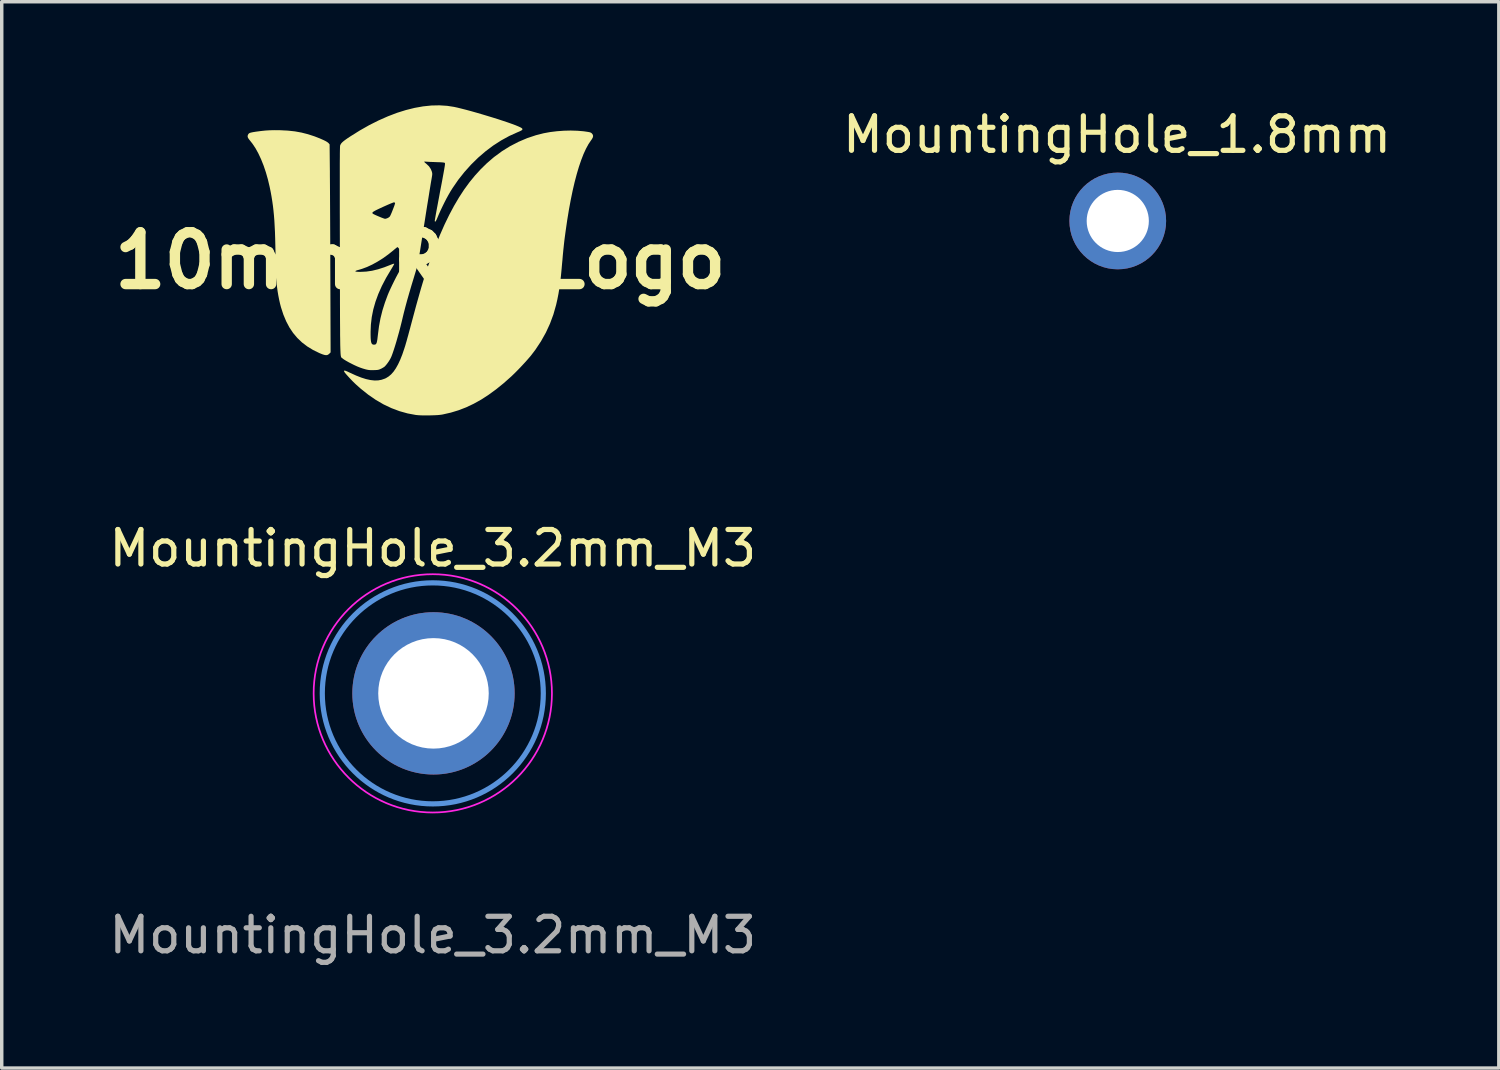
<source format=kicad_pcb>
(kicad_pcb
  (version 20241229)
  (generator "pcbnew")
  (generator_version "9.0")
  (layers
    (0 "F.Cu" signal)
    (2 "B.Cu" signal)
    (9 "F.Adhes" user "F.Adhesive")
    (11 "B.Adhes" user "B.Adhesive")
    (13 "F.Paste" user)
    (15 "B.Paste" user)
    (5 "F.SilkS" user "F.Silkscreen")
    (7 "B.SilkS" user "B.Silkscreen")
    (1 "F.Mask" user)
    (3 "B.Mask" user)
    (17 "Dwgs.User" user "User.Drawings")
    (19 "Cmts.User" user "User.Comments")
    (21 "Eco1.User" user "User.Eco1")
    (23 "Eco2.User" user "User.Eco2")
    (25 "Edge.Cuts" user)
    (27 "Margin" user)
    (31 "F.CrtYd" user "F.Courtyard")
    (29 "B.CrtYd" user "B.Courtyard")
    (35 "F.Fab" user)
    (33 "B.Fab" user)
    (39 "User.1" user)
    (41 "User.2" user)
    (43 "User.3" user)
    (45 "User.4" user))
  (footprint "MountingHole_1.8mm"
    (layer "F.Cu")
    (at 29.296 3.348)
    (property "Reference" "MountingHole_1.8mm" (at 0 -2.5 0) (layer "F.SilkS") (effects (font (size 1 1) (thickness 0.15))))
    (attr exclude_from_pos_files exclude_from_bom)
    (pad "" np_thru_hole circle (at 0.02 0) (size 2.8 2.8) (drill 1.8) (layers "*.Cu" "*.Mask")))
  (footprint "10mm RM Logo"
    (layer "F.Cu")
    (at 9.121 4.497)
    (property "Reference" "10mm RM Logo" (at 0 0 0) (layer "F.SilkS") (effects (font (size 1.5 1.5) (thickness 0.3))))
    (attr board_only exclude_from_pos_files exclude_from_bom)
    (fp_poly (pts (xy -4.067 -3.776) (xy -4.054 -3.776) (xy -3.836 -3.765) (xy -3.633 -3.743) (xy -3.44 -3.708) (xy -3.252 -3.66) (xy -3.065 -3.599) (xy -2.967 -3.561) (xy -2.873 -3.522) (xy -2.798 -3.489) (xy -2.74 -3.46) (xy -2.698 -3.435) (xy -2.668 -3.412) (xy -2.655 -3.4) (xy -2.627 -3.366) (xy -2.62 -2.662) (xy -2.619 -2.578) (xy -2.619 -2.474) (xy -2.618 -2.351) (xy -2.617 -2.209) (xy -2.616 -2.052) (xy -2.615 -1.879) (xy -2.614 -1.693) (xy -2.613 -1.495) (xy -2.612 -1.287) (xy -2.611 -1.071) (xy -2.61 -0.847) (xy -2.609 -0.617) (xy -2.608 -0.383) (xy -2.607 -0.146) (xy -2.607 0.091) (xy -2.606 0.329) (xy -2.606 0.35) (xy -2.598 2.657) (xy -2.638 2.697) (xy -2.667 2.72) (xy -2.697 2.734) (xy -2.733 2.737) (xy -2.778 2.73) (xy -2.835 2.712) (xy -2.908 2.683) (xy -2.924 2.676) (xy -3.108 2.586) (xy -3.275 2.484) (xy -3.427 2.368) (xy -3.562 2.239) (xy -3.684 2.094) (xy -3.791 1.934) (xy -3.885 1.756) (xy -3.966 1.562) (xy -4.035 1.349) (xy -4.061 1.251) (xy -4.087 1.137) (xy -4.112 1.01) (xy -4.134 0.878) (xy -4.151 0.749) (xy -4.16 0.673) (xy -4.165 0.618) (xy -4.171 0.568) (xy -4.175 0.529) (xy -4.178 0.51) (xy -4.179 0.493) (xy -4.18 0.456) (xy -4.182 0.4) (xy -4.184 0.328) (xy -4.186 0.242) (xy -4.188 0.144) (xy -4.19 0.035) (xy -4.192 -0.081) (xy -4.193 -0.202) (xy -4.198 -0.43) (xy -4.203 -0.638) (xy -4.209 -0.828) (xy -4.218 -1.002) (xy -4.227 -1.164) (xy -4.239 -1.315) (xy -4.253 -1.457) (xy -4.269 -1.594) (xy -4.288 -1.727) (xy -4.309 -1.858) (xy -4.333 -1.991) (xy -4.361 -2.127) (xy -4.362 -2.133) (xy -4.413 -2.349) (xy -4.472 -2.556) (xy -4.538 -2.752) (xy -4.611 -2.935) (xy -4.689 -3.102) (xy -4.772 -3.253) (xy -4.86 -3.385) (xy -4.923 -3.465) (xy -4.963 -3.515) (xy -4.989 -3.554) (xy -5 -3.587) (xy -5 -3.617) (xy -4.988 -3.649) (xy -4.985 -3.655) (xy -4.973 -3.673) (xy -4.956 -3.688) (xy -4.931 -3.7) (xy -4.894 -3.71) (xy -4.842 -3.721) (xy -4.772 -3.732) (xy -4.76 -3.734) (xy -4.618 -3.753) (xy -4.486 -3.767) (xy -4.355 -3.775) (xy -4.218 -3.778)) (stroke (width 0) (type solid)) (fill yes) (layer "F.SilkS"))
    (fp_poly (pts (xy 4.55 -3.761) (xy 4.734 -3.745) (xy 4.85 -3.728) (xy 4.898 -3.719) (xy 4.93 -3.709) (xy 4.953 -3.696) (xy 4.971 -3.679) (xy 4.995 -3.644) (xy 5.003 -3.609) (xy 4.995 -3.569) (xy 4.97 -3.521) (xy 4.94 -3.479) (xy 4.867 -3.37) (xy 4.796 -3.239) (xy 4.726 -3.087) (xy 4.659 -2.914) (xy 4.593 -2.721) (xy 4.53 -2.509) (xy 4.469 -2.278) (xy 4.411 -2.029) (xy 4.356 -1.762) (xy 4.303 -1.477) (xy 4.254 -1.177) (xy 4.208 -0.861) (xy 4.178 -0.639) (xy 4.17 -0.575) (xy 4.163 -0.512) (xy 4.156 -0.449) (xy 4.149 -0.382) (xy 4.141 -0.309) (xy 4.133 -0.227) (xy 4.124 -0.133) (xy 4.115 -0.024) (xy 4.103 0.102) (xy 4.093 0.219) (xy 4.073 0.428) (xy 4.051 0.618) (xy 4.027 0.794) (xy 4 0.959) (xy 3.969 1.117) (xy 3.934 1.272) (xy 3.931 1.284) (xy 3.853 1.559) (xy 3.754 1.826) (xy 3.634 2.086) (xy 3.493 2.337) (xy 3.332 2.58) (xy 3.205 2.747) (xy 3.148 2.814) (xy 3.079 2.893) (xy 3.001 2.979) (xy 2.918 3.068) (xy 2.834 3.156) (xy 2.752 3.239) (xy 2.676 3.313) (xy 2.642 3.346) (xy 2.417 3.546) (xy 2.196 3.725) (xy 1.978 3.884) (xy 1.762 4.024) (xy 1.546 4.144) (xy 1.329 4.247) (xy 1.109 4.332) (xy 0.886 4.4) (xy 0.658 4.452) (xy 0.622 4.459) (xy 0.566 4.466) (xy 0.492 4.473) (xy 0.405 4.477) (xy 0.31 4.48) (xy 0.212 4.482) (xy 0.115 4.482) (xy 0.025 4.48) (xy -0.055 4.476) (xy -0.118 4.47) (xy -0.129 4.469) (xy -0.369 4.424) (xy -0.605 4.358) (xy -0.836 4.271) (xy -1.064 4.163) (xy -1.288 4.033) (xy -1.509 3.881) (xy -1.727 3.707) (xy -1.85 3.598) (xy -1.9 3.551) (xy -1.953 3.499) (xy -2.007 3.443) (xy -2.06 3.387) (xy -2.108 3.334) (xy -2.15 3.287) (xy -2.181 3.249) (xy -2.2 3.223) (xy -2.203 3.218) (xy -2.209 3.197) (xy -2.205 3.186) (xy -2.188 3.184) (xy -2.157 3.193) (xy -2.11 3.212) (xy -2.046 3.242) (xy -2.029 3.25) (xy -1.863 3.326) (xy -1.713 3.385) (xy -1.575 3.429) (xy -1.448 3.457) (xy -1.332 3.47) (xy -1.224 3.468) (xy -1.124 3.45) (xy -1.031 3.418) (xy -0.997 3.403) (xy -0.919 3.355) (xy -0.845 3.293) (xy -0.775 3.214) (xy -0.709 3.118) (xy -0.645 3.004) (xy -0.583 2.871) (xy -0.522 2.718) (xy -0.463 2.544) (xy -0.433 2.45) (xy -0.418 2.397) (xy -0.397 2.326) (xy -0.374 2.241) (xy -0.348 2.149) (xy -0.322 2.051) (xy -0.295 1.954) (xy -0.286 1.918) (xy -0.226 1.693) (xy -0.171 1.489) (xy -0.121 1.303) (xy -0.073 1.132) (xy -0.029 0.976) (xy 0.012 0.831) (xy 0.052 0.696) (xy 0.09 0.57) (xy 0.128 0.45) (xy 0.166 0.333) (xy 0.204 0.219) (xy 0.243 0.106) (xy 0.284 -0.01) (xy 0.31 -0.084) (xy 0.439 -0.425) (xy 0.569 -0.745) (xy 0.701 -1.045) (xy 0.837 -1.325) (xy 0.976 -1.586) (xy 1.12 -1.83) (xy 1.268 -2.057) (xy 1.422 -2.268) (xy 1.582 -2.464) (xy 1.749 -2.647) (xy 1.923 -2.817) (xy 2.105 -2.975) (xy 2.146 -3.008) (xy 2.365 -3.169) (xy 2.597 -3.313) (xy 2.84 -3.439) (xy 3.091 -3.546) (xy 3.348 -3.632) (xy 3.572 -3.689) (xy 3.758 -3.723) (xy 3.954 -3.747) (xy 4.155 -3.762) (xy 4.355 -3.767)) (stroke (width 0) (type solid)) (fill yes) (layer "F.SilkS"))
    (fp_poly (pts (xy 0.775 -4.483) (xy 0.976 -4.452) (xy 1.076 -4.43) (xy 1.194 -4.401) (xy 1.327 -4.367) (xy 1.471 -4.328) (xy 1.623 -4.285) (xy 1.781 -4.239) (xy 1.94 -4.191) (xy 2.098 -4.143) (xy 2.252 -4.095) (xy 2.397 -4.047) (xy 2.532 -4.002) (xy 2.653 -3.959) (xy 2.756 -3.921) (xy 2.768 -3.916) (xy 2.842 -3.885) (xy 2.897 -3.86) (xy 2.933 -3.839) (xy 2.953 -3.82) (xy 2.957 -3.803) (xy 2.948 -3.786) (xy 2.943 -3.78) (xy 2.923 -3.768) (xy 2.889 -3.75) (xy 2.844 -3.73) (xy 2.815 -3.718) (xy 2.576 -3.61) (xy 2.341 -3.481) (xy 2.111 -3.333) (xy 1.889 -3.166) (xy 1.675 -2.982) (xy 1.471 -2.782) (xy 1.278 -2.567) (xy 1.098 -2.34) (xy 0.933 -2.1) (xy 0.867 -1.995) (xy 0.815 -1.904) (xy 0.757 -1.799) (xy 0.698 -1.684) (xy 0.64 -1.566) (xy 0.585 -1.451) (xy 0.537 -1.343) (xy 0.505 -1.267) (xy 0.477 -1.2) (xy 0.454 -1.155) (xy 0.437 -1.131) (xy 0.425 -1.129) (xy 0.418 -1.147) (xy 0.418 -1.149) (xy 0.419 -1.164) (xy 0.425 -1.199) (xy 0.434 -1.252) (xy 0.446 -1.322) (xy 0.461 -1.406) (xy 0.479 -1.504) (xy 0.5 -1.614) (xy 0.522 -1.733) (xy 0.546 -1.859) (xy 0.57 -1.991) (xy 0.6 -2.146) (xy 0.626 -2.282) (xy 0.647 -2.398) (xy 0.665 -2.496) (xy 0.68 -2.579) (xy 0.692 -2.646) (xy 0.701 -2.701) (xy 0.708 -2.743) (xy 0.712 -2.775) (xy 0.714 -2.798) (xy 0.714 -2.814) (xy 0.712 -2.823) (xy 0.71 -2.827) (xy 0.702 -2.834) (xy 0.686 -2.838) (xy 0.662 -2.842) (xy 0.624 -2.846) (xy 0.572 -2.849) (xy 0.502 -2.851) (xy 0.451 -2.853) (xy 0.376 -2.856) (xy 0.306 -2.858) (xy 0.245 -2.861) (xy 0.196 -2.864) (xy 0.165 -2.866) (xy 0.16 -2.867) (xy 0.13 -2.869) (xy 0.114 -2.865) (xy 0.112 -2.863) (xy 0.12 -2.851) (xy 0.142 -2.83) (xy 0.173 -2.805) (xy 0.177 -2.801) (xy 0.25 -2.732) (xy 0.303 -2.653) (xy 0.333 -2.579) (xy 0.34 -2.552) (xy 0.344 -2.529) (xy 0.345 -2.503) (xy 0.342 -2.47) (xy 0.335 -2.425) (xy 0.327 -2.377) (xy 0.316 -2.315) (xy 0.302 -2.234) (xy 0.286 -2.134) (xy 0.267 -2.02) (xy 0.247 -1.893) (xy 0.225 -1.756) (xy 0.201 -1.611) (xy 0.177 -1.461) (xy 0.153 -1.308) (xy 0.129 -1.153) (xy 0.105 -1.001) (xy 0.081 -0.853) (xy 0.062 -0.729) (xy 0.045 -0.621) (xy 0.029 -0.519) (xy 0.014 -0.425) (xy 0.001 -0.343) (xy -0.01 -0.273) (xy -0.019 -0.219) (xy -0.026 -0.182) (xy -0.029 -0.165) (xy -0.029 -0.164) (xy -0.036 -0.152) (xy -0.05 -0.148) (xy -0.077 -0.151) (xy -0.088 -0.153) (xy -0.119 -0.156) (xy -0.166 -0.159) (xy -0.223 -0.161) (xy -0.286 -0.162) (xy -0.301 -0.162) (xy -0.462 -0.163) (xy -0.557 -0.278) (xy -0.593 -0.32) (xy -0.624 -0.355) (xy -0.647 -0.381) (xy -0.66 -0.392) (xy -0.661 -0.392) (xy -0.673 -0.386) (xy -0.697 -0.367) (xy -0.732 -0.339) (xy -0.773 -0.305) (xy -0.775 -0.302) (xy -0.924 -0.183) (xy -1.077 -0.072) (xy -1.234 0.026) (xy -1.389 0.112) (xy -1.541 0.183) (xy -1.686 0.237) (xy -1.761 0.26) (xy -1.824 0.277) (xy -1.864 0.292) (xy -1.882 0.304) (xy -1.878 0.313) (xy -1.851 0.32) (xy -1.803 0.324) (xy -1.732 0.325) (xy -1.727 0.325) (xy -1.566 0.317) (xy -1.399 0.293) (xy -1.225 0.251) (xy -1.042 0.192) (xy -0.85 0.117) (xy -0.809 0.101) (xy -0.777 0.091) (xy -0.759 0.089) (xy -0.757 0.09) (xy -0.76 0.103) (xy -0.774 0.131) (xy -0.796 0.171) (xy -0.825 0.22) (xy -0.85 0.261) (xy -0.993 0.502) (xy -1.115 0.736) (xy -1.217 0.966) (xy -1.299 1.191) (xy -1.362 1.413) (xy -1.406 1.633) (xy -1.432 1.854) (xy -1.44 2.052) (xy -1.44 2.156) (xy -1.438 2.24) (xy -1.433 2.306) (xy -1.425 2.355) (xy -1.414 2.391) (xy -1.398 2.414) (xy -1.378 2.428) (xy -1.353 2.433) (xy -1.341 2.433) (xy -1.315 2.431) (xy -1.295 2.424) (xy -1.279 2.408) (xy -1.265 2.381) (xy -1.255 2.341) (xy -1.245 2.286) (xy -1.236 2.212) (xy -1.228 2.145) (xy -1.197 1.902) (xy -1.154 1.67) (xy -1.097 1.442) (xy -1.025 1.214) (xy -0.943 0.992) (xy -0.908 0.909) (xy -0.864 0.812) (xy -0.814 0.706) (xy -0.76 0.596) (xy -0.705 0.487) (xy -0.651 0.386) (xy -0.601 0.296) (xy -0.579 0.256) (xy -0.545 0.201) (xy -0.521 0.162) (xy -0.502 0.135) (xy -0.485 0.118) (xy -0.469 0.107) (xy -0.45 0.099) (xy -0.442 0.097) (xy -0.377 0.08) (xy -0.311 0.071) (xy -0.247 0.071) (xy -0.19 0.078) (xy -0.143 0.092) (xy -0.108 0.112) (xy -0.091 0.139) (xy -0.09 0.149) (xy -0.093 0.166) (xy -0.102 0.2) (xy -0.116 0.251) (xy -0.134 0.314) (xy -0.156 0.386) (xy -0.18 0.466) (xy -0.186 0.486) (xy -0.258 0.722) (xy -0.323 0.944) (xy -0.382 1.15) (xy -0.433 1.339) (xy -0.477 1.509) (xy -0.504 1.62) (xy -0.54 1.772) (xy -0.578 1.923) (xy -0.617 2.071) (xy -0.657 2.213) (xy -0.695 2.348) (xy -0.733 2.473) (xy -0.769 2.585) (xy -0.802 2.682) (xy -0.831 2.761) (xy -0.851 2.807) (xy -0.878 2.859) (xy -0.913 2.916) (xy -0.953 2.973) (xy -0.993 3.024) (xy -1.029 3.063) (xy -1.045 3.077) (xy -1.077 3.097) (xy -1.118 3.121) (xy -1.15 3.136) (xy -1.182 3.15) (xy -1.211 3.159) (xy -1.243 3.165) (xy -1.285 3.168) (xy -1.343 3.17) (xy -1.351 3.171) (xy -1.417 3.171) (xy -1.469 3.169) (xy -1.515 3.163) (xy -1.562 3.153) (xy -1.587 3.147) (xy -1.669 3.123) (xy -1.747 3.096) (xy -1.829 3.063) (xy -1.92 3.021) (xy -1.968 2.997) (xy -2.072 2.944) (xy -2.155 2.897) (xy -2.218 2.858) (xy -2.258 2.827) (xy -2.265 2.822) (xy -2.271 2.817) (xy -2.277 2.814) (xy -2.282 2.809) (xy -2.287 2.804) (xy -2.291 2.796) (xy -2.296 2.786) (xy -2.299 2.772) (xy -2.303 2.754) (xy -2.306 2.73) (xy -2.309 2.701) (xy -2.311 2.664) (xy -2.313 2.621) (xy -2.315 2.568) (xy -2.317 2.507) (xy -2.319 2.436) (xy -2.32 2.354) (xy -2.321 2.26) (xy -2.323 2.154) (xy -2.323 2.035) (xy -2.324 1.902) (xy -2.325 1.755) (xy -2.326 1.592) (xy -2.326 1.412) (xy -2.327 1.216) (xy -2.327 1.002) (xy -2.328 0.769) (xy -2.328 0.516) (xy -2.329 0.244) (xy -2.329 -0.05) (xy -2.33 -0.286) (xy -2.33 -0.603) (xy -2.331 -0.899) (xy -2.331 -1.174) (xy -2.332 -1.382) (xy -1.389 -1.382) (xy -1.385 -1.37) (xy -1.378 -1.362) (xy -1.36 -1.35) (xy -1.326 -1.333) (xy -1.281 -1.312) (xy -1.228 -1.289) (xy -1.173 -1.266) (xy -1.12 -1.244) (xy -1.074 -1.227) (xy -1.039 -1.215) (xy -1.02 -1.211) (xy -0.993 -1.216) (xy -0.958 -1.228) (xy -0.946 -1.233) (xy -0.913 -1.252) (xy -0.886 -1.275) (xy -0.881 -1.281) (xy -0.868 -1.306) (xy -0.85 -1.344) (xy -0.829 -1.393) (xy -0.807 -1.448) (xy -0.785 -1.505) (xy -0.764 -1.559) (xy -0.747 -1.607) (xy -0.736 -1.643) (xy -0.731 -1.663) (xy -0.731 -1.665) (xy -0.742 -1.683) (xy -0.765 -1.688) (xy -0.782 -1.683) (xy -0.817 -1.67) (xy -0.867 -1.65) (xy -0.928 -1.624) (xy -0.998 -1.593) (xy -1.074 -1.559) (xy -1.087 -1.553) (xy -1.178 -1.511) (xy -1.25 -1.477) (xy -1.305 -1.449) (xy -1.344 -1.427) (xy -1.371 -1.409) (xy -1.385 -1.394) (xy -1.389 -1.382) (xy -2.332 -1.382) (xy -2.332 -1.428) (xy -2.332 -1.663) (xy -2.332 -1.879) (xy -2.332 -2.077) (xy -2.332 -2.257) (xy -2.332 -2.42) (xy -2.332 -2.568) (xy -2.332 -2.7) (xy -2.332 -2.817) (xy -2.331 -2.92) (xy -2.33 -3.01) (xy -2.33 -3.087) (xy -2.329 -3.153) (xy -2.328 -3.207) (xy -2.327 -3.25) (xy -2.326 -3.284) (xy -2.325 -3.309) (xy -2.323 -3.326) (xy -2.322 -3.335) (xy -2.322 -3.335) (xy -2.309 -3.364) (xy -2.291 -3.393) (xy -2.264 -3.423) (xy -2.226 -3.457) (xy -2.175 -3.496) (xy -2.11 -3.542) (xy -2.027 -3.597) (xy -2.027 -3.597) (xy -1.752 -3.769) (xy -1.479 -3.924) (xy -1.208 -4.06) (xy -0.941 -4.178) (xy -0.678 -4.279) (xy -0.419 -4.36) (xy -0.166 -4.423) (xy 0.081 -4.467) (xy 0.32 -4.492) (xy 0.552 -4.497)) (stroke (width 0) (type solid)) (fill yes) (layer "F.SilkS")))
  (footprint "MountingHole_3.2mm_M3"
    (layer "F.Cu")
    (at 9.482 17.027)
    (property "Reference" "MountingHole_3.2mm_M3" (at 0 -4.2 0) (layer "F.SilkS") (effects (font (size 1 1) (thickness 0.15))))
    (attr exclude_from_pos_files exclude_from_bom)
    (fp_circle (center 0 0) (end 3.2 0) (stroke (width 0.15) (type solid)) (fill no) (layer "Cmts.User"))
    (fp_circle (center 0 0) (end 3.45 0) (stroke (width 0.05) (type solid)) (fill no) (layer "F.CrtYd"))
    (fp_text user "${REFERENCE}" (at 0 7 0) (layer "F.Fab") (effects (font (size 1 1) (thickness 0.15))))
    (pad "" np_thru_hole circle (at 0.02 0) (size 4.7 4.7) (drill 3.2) (layers "*.Cu" "*.Mask")))
  (gr_rect
    (start -3 -3)
    (end 40.35 27.876)
    (stroke (width 0.1) (type default))
    (fill no)
    (layer "Edge.Cuts")))
</source>
